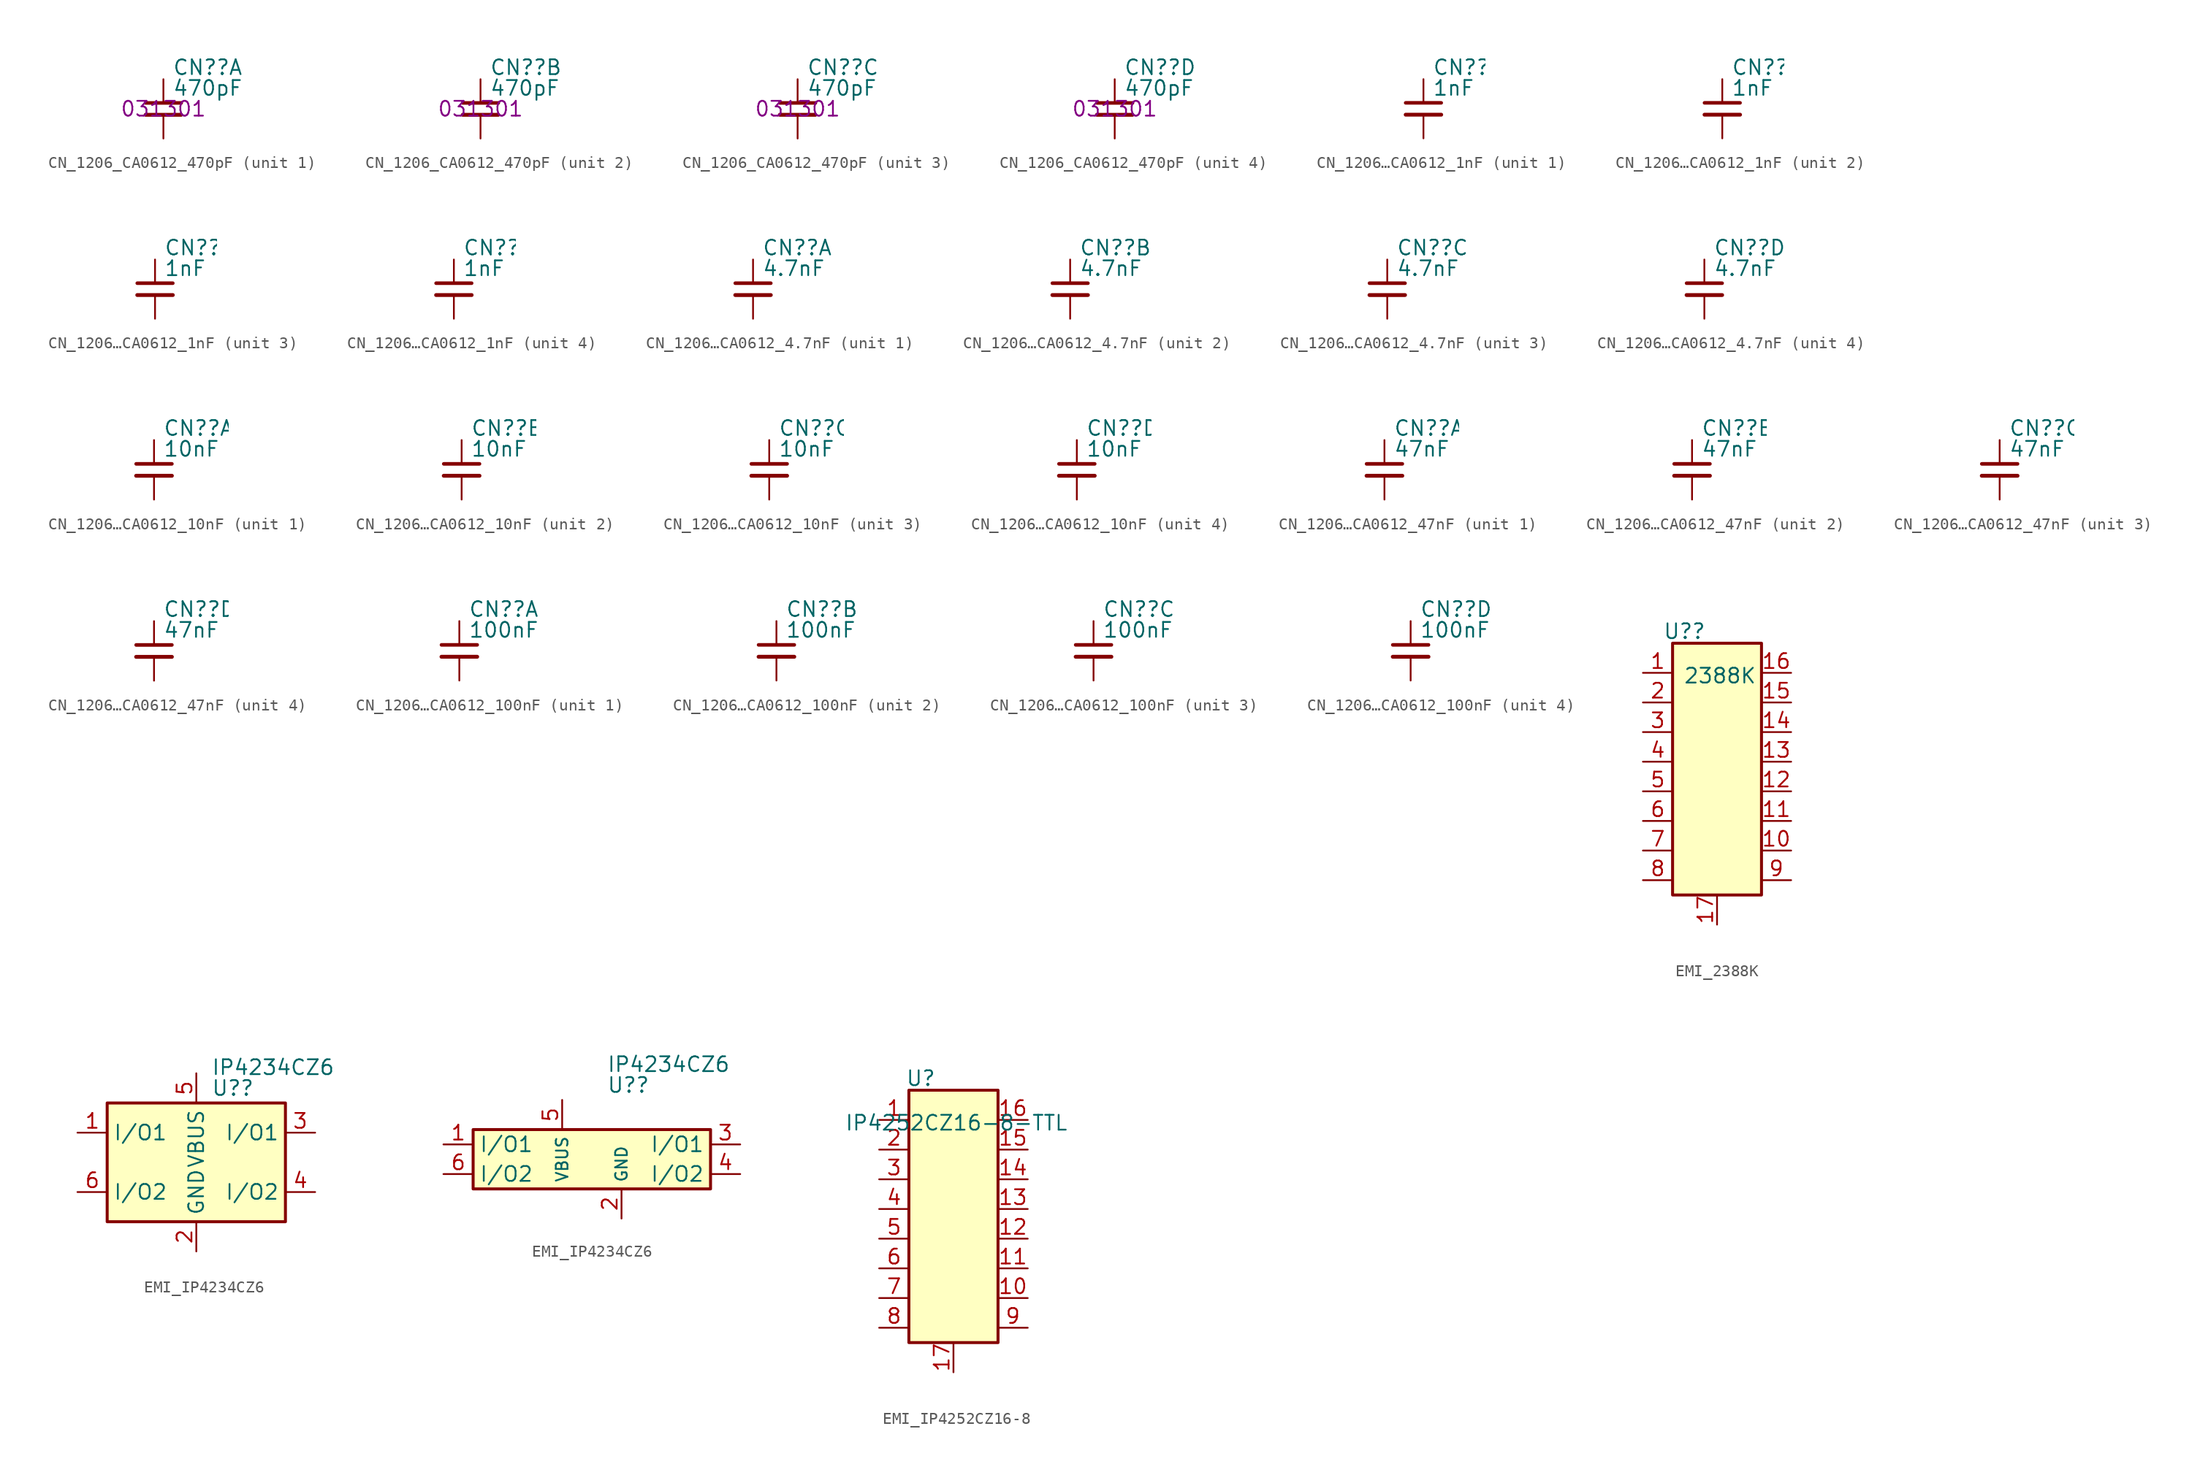
<source format=kicad_sym>
(kicad_symbol_lib
  (version 20231120)
  (generator "kicad_symbol_editor")
  (generator_version "8.0")
  (symbol "CN_1206_CA0612_470pF"
    (pin_numbers hide)
    (pin_names
      (offset 1.016) hide)
    (property "Reference" "CN?"
      (at 0.762 3.556 0)
      (effects (font (size 1.27 1.27)) (justify left)))
    (property "Value" "470pF"
      (at 0.762 1.778 0)
      (effects (font (size 1.27 1.27)) (justify left)))
    (property "Makso alternative" "031301"
      (at 0 0 0)
      (effects (font (size 1.27 1.27))))
    (symbol "CN_1206_CA0612_470pF_0_1"
      (polyline (pts (xy -1.524 -0.508) (xy 1.524 -0.508)) (stroke (width 0.33) (type default)) (fill (type none)))
      (polyline (pts (xy -1.524 0.508) (xy 1.524 0.508)) (stroke (width 0.305) (type default)) (fill (type none))))
    (symbol "CN_1206_CA0612_470pF_1_1"
      (pin passive line (at 0 2.54 270) (length 2.032) (name "~" (effects (font (size 1.27 1.27)))) (number "1" (effects (font (size 1.27 1.27)))))
      (pin passive line (at 0 -2.54 90) (length 2.032) (name "~" (effects (font (size 1.27 1.27)))) (number "8" (effects (font (size 1.27 1.27))))))
    (symbol "CN_1206_CA0612_470pF_2_1"
      (pin passive line (at 0 2.54 270) (length 2.032) (name "~" (effects (font (size 1.27 1.27)))) (number "2" (effects (font (size 1.27 1.27)))))
      (pin passive line (at 0 -2.54 90) (length 2.032) (name "~" (effects (font (size 1.27 1.27)))) (number "7" (effects (font (size 1.27 1.27))))))
    (symbol "CN_1206_CA0612_470pF_3_1"
      (pin passive line (at 0 2.54 270) (length 2.032) (name "~" (effects (font (size 1.27 1.27)))) (number "3" (effects (font (size 1.27 1.27)))))
      (pin passive line (at 0 -2.54 90) (length 2.032) (name "~" (effects (font (size 1.27 1.27)))) (number "6" (effects (font (size 1.27 1.27))))))
    (symbol "CN_1206_CA0612_470pF_4_1"
      (pin passive line (at 0 2.54 270) (length 2.032) (name "~" (effects (font (size 1.27 1.27)))) (number "4" (effects (font (size 1.27 1.27)))))
      (pin passive line (at 0 -2.54 90) (length 2.032) (name "~" (effects (font (size 1.27 1.27)))) (number "5" (effects (font (size 1.27 1.27)))))))
  (symbol "CN_1206…CA0612_1nF"
    (pin_numbers hide)
    (pin_names
      (offset 1.016) hide)
    (property "Reference" "CN?"
      (at 0.762 3.556 0)
      (effects (font (size 1.27 1.27)) (justify left)))
    (property "Value" "1nF"
      (at 0.762 1.778 0)
      (effects (font (size 1.27 1.27)) (justify left)))
    (symbol "CN_1206…CA0612_1nF_0_1"
      (polyline (pts (xy -1.524 -0.508) (xy 1.524 -0.508)) (stroke (width 0.33) (type default)) (fill (type none)))
      (polyline (pts (xy -1.524 0.508) (xy 1.524 0.508)) (stroke (width 0.305) (type default)) (fill (type none))))
    (symbol "CN_1206…CA0612_1nF_1_1"
      (pin passive line (at 0 2.54 270) (length 2.032) (name "~" (effects (font (size 1.27 1.27)))) (number "1" (effects (font (size 1.27 1.27)))))
      (pin passive line (at 0 -2.54 90) (length 2.032) (name "~" (effects (font (size 1.27 1.27)))) (number "8" (effects (font (size 1.27 1.27))))))
    (symbol "CN_1206…CA0612_1nF_2_1"
      (pin passive line (at 0 2.54 270) (length 2.032) (name "~" (effects (font (size 1.27 1.27)))) (number "2" (effects (font (size 1.27 1.27)))))
      (pin passive line (at 0 -2.54 90) (length 2.032) (name "~" (effects (font (size 1.27 1.27)))) (number "7" (effects (font (size 1.27 1.27))))))
    (symbol "CN_1206…CA0612_1nF_3_1"
      (pin passive line (at 0 2.54 270) (length 2.032) (name "~" (effects (font (size 1.27 1.27)))) (number "3" (effects (font (size 1.27 1.27)))))
      (pin passive line (at 0 -2.54 90) (length 2.032) (name "~" (effects (font (size 1.27 1.27)))) (number "6" (effects (font (size 1.27 1.27))))))
    (symbol "CN_1206…CA0612_1nF_4_1"
      (pin passive line (at 0 2.54 270) (length 2.032) (name "~" (effects (font (size 1.27 1.27)))) (number "4" (effects (font (size 1.27 1.27)))))
      (pin passive line (at 0 -2.54 90) (length 2.032) (name "~" (effects (font (size 1.27 1.27)))) (number "5" (effects (font (size 1.27 1.27)))))))
  (symbol "CN_1206…CA0612_4.7nF"
    (pin_numbers hide)
    (pin_names
      (offset 1.016) hide)
    (property "Reference" "CN?"
      (at 0.762 3.556 0)
      (effects (font (size 1.27 1.27)) (justify left)))
    (property "Value" "4.7nF"
      (at 0.762 1.778 0)
      (effects (font (size 1.27 1.27)) (justify left)))
    (symbol "CN_1206…CA0612_4.7nF_0_1"
      (polyline (pts (xy -1.524 -0.508) (xy 1.524 -0.508)) (stroke (width 0.33) (type default)) (fill (type none)))
      (polyline (pts (xy -1.524 0.508) (xy 1.524 0.508)) (stroke (width 0.305) (type default)) (fill (type none))))
    (symbol "CN_1206…CA0612_4.7nF_1_1"
      (pin passive line (at 0 2.54 270) (length 2.032) (name "~" (effects (font (size 1.27 1.27)))) (number "1" (effects (font (size 1.27 1.27)))))
      (pin passive line (at 0 -2.54 90) (length 2.032) (name "~" (effects (font (size 1.27 1.27)))) (number "8" (effects (font (size 1.27 1.27))))))
    (symbol "CN_1206…CA0612_4.7nF_2_1"
      (pin passive line (at 0 2.54 270) (length 2.032) (name "~" (effects (font (size 1.27 1.27)))) (number "2" (effects (font (size 1.27 1.27)))))
      (pin passive line (at 0 -2.54 90) (length 2.032) (name "~" (effects (font (size 1.27 1.27)))) (number "7" (effects (font (size 1.27 1.27))))))
    (symbol "CN_1206…CA0612_4.7nF_3_1"
      (pin passive line (at 0 2.54 270) (length 2.032) (name "~" (effects (font (size 1.27 1.27)))) (number "3" (effects (font (size 1.27 1.27)))))
      (pin passive line (at 0 -2.54 90) (length 2.032) (name "~" (effects (font (size 1.27 1.27)))) (number "6" (effects (font (size 1.27 1.27))))))
    (symbol "CN_1206…CA0612_4.7nF_4_1"
      (pin passive line (at 0 2.54 270) (length 2.032) (name "~" (effects (font (size 1.27 1.27)))) (number "4" (effects (font (size 1.27 1.27)))))
      (pin passive line (at 0 -2.54 90) (length 2.032) (name "~" (effects (font (size 1.27 1.27)))) (number "5" (effects (font (size 1.27 1.27)))))))
  (symbol "CN_1206…CA0612_10nF"
    (pin_numbers hide)
    (pin_names
      (offset 1.016) hide)
    (property "Reference" "CN?"
      (at 0.762 3.556 0)
      (effects (font (size 1.27 1.27)) (justify left)))
    (property "Value" "10nF"
      (at 0.762 1.778 0)
      (effects (font (size 1.27 1.27)) (justify left)))
    (symbol "CN_1206…CA0612_10nF_0_1"
      (polyline (pts (xy -1.524 -0.508) (xy 1.524 -0.508)) (stroke (width 0.33) (type default)) (fill (type none)))
      (polyline (pts (xy -1.524 0.508) (xy 1.524 0.508)) (stroke (width 0.305) (type default)) (fill (type none))))
    (symbol "CN_1206…CA0612_10nF_1_1"
      (pin passive line (at 0 2.54 270) (length 2.032) (name "~" (effects (font (size 1.27 1.27)))) (number "1" (effects (font (size 1.27 1.27)))))
      (pin passive line (at 0 -2.54 90) (length 2.032) (name "~" (effects (font (size 1.27 1.27)))) (number "8" (effects (font (size 1.27 1.27))))))
    (symbol "CN_1206…CA0612_10nF_2_1"
      (pin passive line (at 0 2.54 270) (length 2.032) (name "~" (effects (font (size 1.27 1.27)))) (number "2" (effects (font (size 1.27 1.27)))))
      (pin passive line (at 0 -2.54 90) (length 2.032) (name "~" (effects (font (size 1.27 1.27)))) (number "7" (effects (font (size 1.27 1.27))))))
    (symbol "CN_1206…CA0612_10nF_3_1"
      (pin passive line (at 0 2.54 270) (length 2.032) (name "~" (effects (font (size 1.27 1.27)))) (number "3" (effects (font (size 1.27 1.27)))))
      (pin passive line (at 0 -2.54 90) (length 2.032) (name "~" (effects (font (size 1.27 1.27)))) (number "6" (effects (font (size 1.27 1.27))))))
    (symbol "CN_1206…CA0612_10nF_4_1"
      (pin passive line (at 0 2.54 270) (length 2.032) (name "~" (effects (font (size 1.27 1.27)))) (number "4" (effects (font (size 1.27 1.27)))))
      (pin passive line (at 0 -2.54 90) (length 2.032) (name "~" (effects (font (size 1.27 1.27)))) (number "5" (effects (font (size 1.27 1.27)))))))
  (symbol "CN_1206…CA0612_47nF"
    (pin_numbers hide)
    (pin_names
      (offset 1.016) hide)
    (property "Reference" "CN?"
      (at 0.762 3.556 0)
      (effects (font (size 1.27 1.27)) (justify left)))
    (property "Value" "47nF"
      (at 0.762 1.778 0)
      (effects (font (size 1.27 1.27)) (justify left)))
    (symbol "CN_1206…CA0612_47nF_0_1"
      (polyline (pts (xy -1.524 -0.508) (xy 1.524 -0.508)) (stroke (width 0.33) (type default)) (fill (type none)))
      (polyline (pts (xy -1.524 0.508) (xy 1.524 0.508)) (stroke (width 0.305) (type default)) (fill (type none))))
    (symbol "CN_1206…CA0612_47nF_1_1"
      (pin passive line (at 0 2.54 270) (length 2.032) (name "~" (effects (font (size 1.27 1.27)))) (number "1" (effects (font (size 1.27 1.27)))))
      (pin passive line (at 0 -2.54 90) (length 2.032) (name "~" (effects (font (size 1.27 1.27)))) (number "8" (effects (font (size 1.27 1.27))))))
    (symbol "CN_1206…CA0612_47nF_2_1"
      (pin passive line (at 0 2.54 270) (length 2.032) (name "~" (effects (font (size 1.27 1.27)))) (number "2" (effects (font (size 1.27 1.27)))))
      (pin passive line (at 0 -2.54 90) (length 2.032) (name "~" (effects (font (size 1.27 1.27)))) (number "7" (effects (font (size 1.27 1.27))))))
    (symbol "CN_1206…CA0612_47nF_3_1"
      (pin passive line (at 0 2.54 270) (length 2.032) (name "~" (effects (font (size 1.27 1.27)))) (number "3" (effects (font (size 1.27 1.27)))))
      (pin passive line (at 0 -2.54 90) (length 2.032) (name "~" (effects (font (size 1.27 1.27)))) (number "6" (effects (font (size 1.27 1.27))))))
    (symbol "CN_1206…CA0612_47nF_4_1"
      (pin passive line (at 0 2.54 270) (length 2.032) (name "~" (effects (font (size 1.27 1.27)))) (number "4" (effects (font (size 1.27 1.27)))))
      (pin passive line (at 0 -2.54 90) (length 2.032) (name "~" (effects (font (size 1.27 1.27)))) (number "5" (effects (font (size 1.27 1.27)))))))
  (symbol "CN_1206…CA0612_100nF"
    (pin_numbers hide)
    (pin_names
      (offset 1.016) hide)
    (property "Reference" "CN?"
      (at 0.762 3.556 0)
      (effects (font (size 1.27 1.27)) (justify left)))
    (property "Value" "100nF"
      (at 0.762 1.778 0)
      (effects (font (size 1.27 1.27)) (justify left)))
    (symbol "CN_1206…CA0612_100nF_0_1"
      (polyline (pts (xy -1.524 -0.508) (xy 1.524 -0.508)) (stroke (width 0.33) (type default)) (fill (type none)))
      (polyline (pts (xy -1.524 0.508) (xy 1.524 0.508)) (stroke (width 0.305) (type default)) (fill (type none))))
    (symbol "CN_1206…CA0612_100nF_1_1"
      (pin passive line (at 0 2.54 270) (length 2.032) (name "~" (effects (font (size 1.27 1.27)))) (number "1" (effects (font (size 1.27 1.27)))))
      (pin passive line (at 0 -2.54 90) (length 2.032) (name "~" (effects (font (size 1.27 1.27)))) (number "8" (effects (font (size 1.27 1.27))))))
    (symbol "CN_1206…CA0612_100nF_2_1"
      (pin passive line (at 0 2.54 270) (length 2.032) (name "~" (effects (font (size 1.27 1.27)))) (number "2" (effects (font (size 1.27 1.27)))))
      (pin passive line (at 0 -2.54 90) (length 2.032) (name "~" (effects (font (size 1.27 1.27)))) (number "7" (effects (font (size 1.27 1.27))))))
    (symbol "CN_1206…CA0612_100nF_3_1"
      (pin passive line (at 0 2.54 270) (length 2.032) (name "~" (effects (font (size 1.27 1.27)))) (number "3" (effects (font (size 1.27 1.27)))))
      (pin passive line (at 0 -2.54 90) (length 2.032) (name "~" (effects (font (size 1.27 1.27)))) (number "6" (effects (font (size 1.27 1.27))))))
    (symbol "CN_1206…CA0612_100nF_4_1"
      (pin passive line (at 0 2.54 270) (length 2.032) (name "~" (effects (font (size 1.27 1.27)))) (number "4" (effects (font (size 1.27 1.27)))))
      (pin passive line (at 0 -2.54 90) (length 2.032) (name "~" (effects (font (size 1.27 1.27)))) (number "5" (effects (font (size 1.27 1.27)))))))
  (symbol "EMI_2388K"
    (property "Reference" "U?"
      (at -2.794 3.556 0)
      (effects (font (size 1.27 1.27))))
    (property "Value" "2388K"
      (at 0.254 -0.254 0)
      (effects (font (size 1.27 1.27))))
    (symbol "EMI_2388K_0_1"
      (rectangle (start -3.81 2.54) (end 3.81 -19.05) (stroke (width 0.254) (type default)) (fill (type background))))
    (symbol "EMI_2388K_1_1"
      (pin passive line (at -6.35 0 0) (length 2.54) (name "" (effects (font (size 1.27 1.27)))) (number "1" (effects (font (size 1.27 1.27)))))
      (pin passive line (at 6.35 -15.24 180) (length 2.54) (name "" (effects (font (size 1.27 1.27)))) (number "10" (effects (font (size 1.27 1.27)))))
      (pin passive line (at 6.35 -12.7 180) (length 2.54) (name "" (effects (font (size 1.27 1.27)))) (number "11" (effects (font (size 1.27 1.27)))))
      (pin passive line (at 6.35 -10.16 180) (length 2.54) (name "" (effects (font (size 1.27 1.27)))) (number "12" (effects (font (size 1.27 1.27)))))
      (pin passive line (at 6.35 -7.62 180) (length 2.54) (name "" (effects (font (size 1.27 1.27)))) (number "13" (effects (font (size 1.27 1.27)))))
      (pin passive line (at 6.35 -5.08 180) (length 2.54) (name "" (effects (font (size 1.27 1.27)))) (number "14" (effects (font (size 1.27 1.27)))))
      (pin passive line (at 6.35 -2.54 180) (length 2.54) (name "" (effects (font (size 1.27 1.27)))) (number "15" (effects (font (size 1.27 1.27)))))
      (pin passive line (at 6.35 0 180) (length 2.54) (name "" (effects (font (size 1.27 1.27)))) (number "16" (effects (font (size 1.27 1.27)))))
      (pin power_in line (at 0 -21.59 90) (length 2.54) (name "" (effects (font (size 1.27 1.27)))) (number "17" (effects (font (size 1.27 1.27)))))
      (pin passive line (at -6.35 -2.54 0) (length 2.54) (name "" (effects (font (size 1.27 1.27)))) (number "2" (effects (font (size 1.27 1.27)))))
      (pin passive line (at -6.35 -5.08 0) (length 2.54) (name "" (effects (font (size 1.27 1.27)))) (number "3" (effects (font (size 1.27 1.27)))))
      (pin passive line (at -6.35 -7.62 0) (length 2.54) (name "" (effects (font (size 1.27 1.27)))) (number "4" (effects (font (size 1.27 1.27)))))
      (pin passive line (at -6.35 -10.16 0) (length 2.54) (name "" (effects (font (size 1.27 1.27)))) (number "5" (effects (font (size 1.27 1.27)))))
      (pin passive line (at -6.35 -12.7 0) (length 2.54) (name "" (effects (font (size 1.27 1.27)))) (number "6" (effects (font (size 1.27 1.27)))))
      (pin passive line (at -6.35 -15.24 0) (length 2.54) (name "" (effects (font (size 1.27 1.27)))) (number "7" (effects (font (size 1.27 1.27)))))
      (pin passive line (at -6.35 -17.78 0) (length 2.54) (name "" (effects (font (size 1.27 1.27)))) (number "8" (effects (font (size 1.27 1.27)))))
      (pin passive line (at 6.35 -17.78 180) (length 2.54) (name "" (effects (font (size 1.27 1.27)))) (number "9" (effects (font (size 1.27 1.27)))))))
  (symbol "EMI_IP4234CZ6"
    (property "Reference" "U?"
      (at 1.27 6.35 0)
      (effects (font (size 1.27 1.27)) (justify left)))
    (property "Value" "IP4234CZ6"
      (at 1.27 8.128 0)
      (effects (font (size 1.27 1.27)) (justify left)))
    (symbol "EMI_IP4234CZ6_0_1"
      (rectangle (start -7.62 5.08) (end 7.62 -5.08) (stroke (width 0.254) (type default)) (fill (type background))))
    (symbol "EMI_IP4234CZ6_0_2"
      (rectangle (start -10.16 2.54) (end 10.16 -2.54) (stroke (width 0.254) (type default)) (fill (type background))))
    (symbol "EMI_IP4234CZ6_1_1"
      (pin passive line (at -10.16 2.54 0) (length 2.54) (name "I/O1" (effects (font (size 1.27 1.27)))) (number "1" (effects (font (size 1.27 1.27)))))
      (pin passive line (at 0 -7.62 90) (length 2.54) (name "GND" (effects (font (size 1.27 1.27)))) (number "2" (effects (font (size 1.27 1.27)))))
      (pin passive line (at 10.16 2.54 180) (length 2.54) (name "I/O1" (effects (font (size 1.27 1.27)))) (number "3" (effects (font (size 1.27 1.27)))))
      (pin passive line (at 10.16 -2.54 180) (length 2.54) (name "I/O2" (effects (font (size 1.27 1.27)))) (number "4" (effects (font (size 1.27 1.27)))))
      (pin passive line (at 0 7.62 270) (length 2.54) (name "VBUS" (effects (font (size 1.27 1.27)))) (number "5" (effects (font (size 1.27 1.27)))))
      (pin passive line (at -10.16 -2.54 0) (length 2.54) (name "I/O2" (effects (font (size 1.27 1.27)))) (number "6" (effects (font (size 1.27 1.27))))))
    (symbol "EMI_IP4234CZ6_1_2"
      (pin passive line (at -12.7 1.27 0) (length 2.54) (name "I/O1" (effects (font (size 1.27 1.27)))) (number "1" (effects (font (size 1.27 1.27)))))
      (pin passive line (at 2.54 -5.08 90) (length 2.54) (name "GND" (effects (font (size 1 1)))) (number "2" (effects (font (size 1.27 1.27)))))
      (pin passive line (at 12.7 1.27 180) (length 2.54) (name "I/O1" (effects (font (size 1.27 1.27)))) (number "3" (effects (font (size 1.27 1.27)))))
      (pin passive line (at 12.7 -1.27 180) (length 2.54) (name "I/O2" (effects (font (size 1.27 1.27)))) (number "4" (effects (font (size 1.27 1.27)))))
      (pin passive line (at -2.54 5.08 270) (length 2.54) (name "VBUS" (effects (font (size 1 1)))) (number "5" (effects (font (size 1.27 1.27)))))
      (pin passive line (at -12.7 -1.27 0) (length 2.54) (name "I/O2" (effects (font (size 1.27 1.27)))) (number "6" (effects (font (size 1.27 1.27)))))))
  (symbol "EMI_IP4252CZ16-8"
    (property "Reference" "U"
      (at -2.794 3.556 0)
      (effects (font (size 1.27 1.27))))
    (property "Value" "IP4252CZ16-8-TTL"
      (at 0.254 -0.254 0)
      (effects (font (size 1.27 1.27))))
    (symbol "EMI_IP4252CZ16-8_0_1"
      (rectangle (start -3.81 2.54) (end 3.81 -19.05) (stroke (width 0.254) (type default)) (fill (type background))))
    (symbol "EMI_IP4252CZ16-8_1_1"
      (pin passive line (at -6.35 0 0) (length 2.54) (name "" (effects (font (size 1.27 1.27)))) (number "1" (effects (font (size 1.27 1.27)))))
      (pin passive line (at 6.35 -15.24 180) (length 2.54) (name "" (effects (font (size 1.27 1.27)))) (number "10" (effects (font (size 1.27 1.27)))))
      (pin passive line (at 6.35 -12.7 180) (length 2.54) (name "" (effects (font (size 1.27 1.27)))) (number "11" (effects (font (size 1.27 1.27)))))
      (pin passive line (at 6.35 -10.16 180) (length 2.54) (name "" (effects (font (size 1.27 1.27)))) (number "12" (effects (font (size 1.27 1.27)))))
      (pin passive line (at 6.35 -7.62 180) (length 2.54) (name "" (effects (font (size 1.27 1.27)))) (number "13" (effects (font (size 1.27 1.27)))))
      (pin passive line (at 6.35 -5.08 180) (length 2.54) (name "" (effects (font (size 1.27 1.27)))) (number "14" (effects (font (size 1.27 1.27)))))
      (pin passive line (at 6.35 -2.54 180) (length 2.54) (name "" (effects (font (size 1.27 1.27)))) (number "15" (effects (font (size 1.27 1.27)))))
      (pin passive line (at 6.35 0 180) (length 2.54) (name "" (effects (font (size 1.27 1.27)))) (number "16" (effects (font (size 1.27 1.27)))))
      (pin power_in line (at 0 -21.59 90) (length 2.54) (name "" (effects (font (size 1.27 1.27)))) (number "17" (effects (font (size 1.27 1.27)))))
      (pin passive line (at -6.35 -2.54 0) (length 2.54) (name "" (effects (font (size 1.27 1.27)))) (number "2" (effects (font (size 1.27 1.27)))))
      (pin passive line (at -6.35 -5.08 0) (length 2.54) (name "" (effects (font (size 1.27 1.27)))) (number "3" (effects (font (size 1.27 1.27)))))
      (pin passive line (at -6.35 -7.62 0) (length 2.54) (name "" (effects (font (size 1.27 1.27)))) (number "4" (effects (font (size 1.27 1.27)))))
      (pin passive line (at -6.35 -10.16 0) (length 2.54) (name "" (effects (font (size 1.27 1.27)))) (number "5" (effects (font (size 1.27 1.27)))))
      (pin passive line (at -6.35 -12.7 0) (length 2.54) (name "" (effects (font (size 1.27 1.27)))) (number "6" (effects (font (size 1.27 1.27)))))
      (pin passive line (at -6.35 -15.24 0) (length 2.54) (name "" (effects (font (size 1.27 1.27)))) (number "7" (effects (font (size 1.27 1.27)))))
      (pin passive line (at -6.35 -17.78 0) (length 2.54) (name "" (effects (font (size 1.27 1.27)))) (number "8" (effects (font (size 1.27 1.27)))))
      (pin passive line (at 6.35 -17.78 180) (length 2.54) (name "" (effects (font (size 1.27 1.27)))) (number "9" (effects (font (size 1.27 1.27))))))))
</source>
